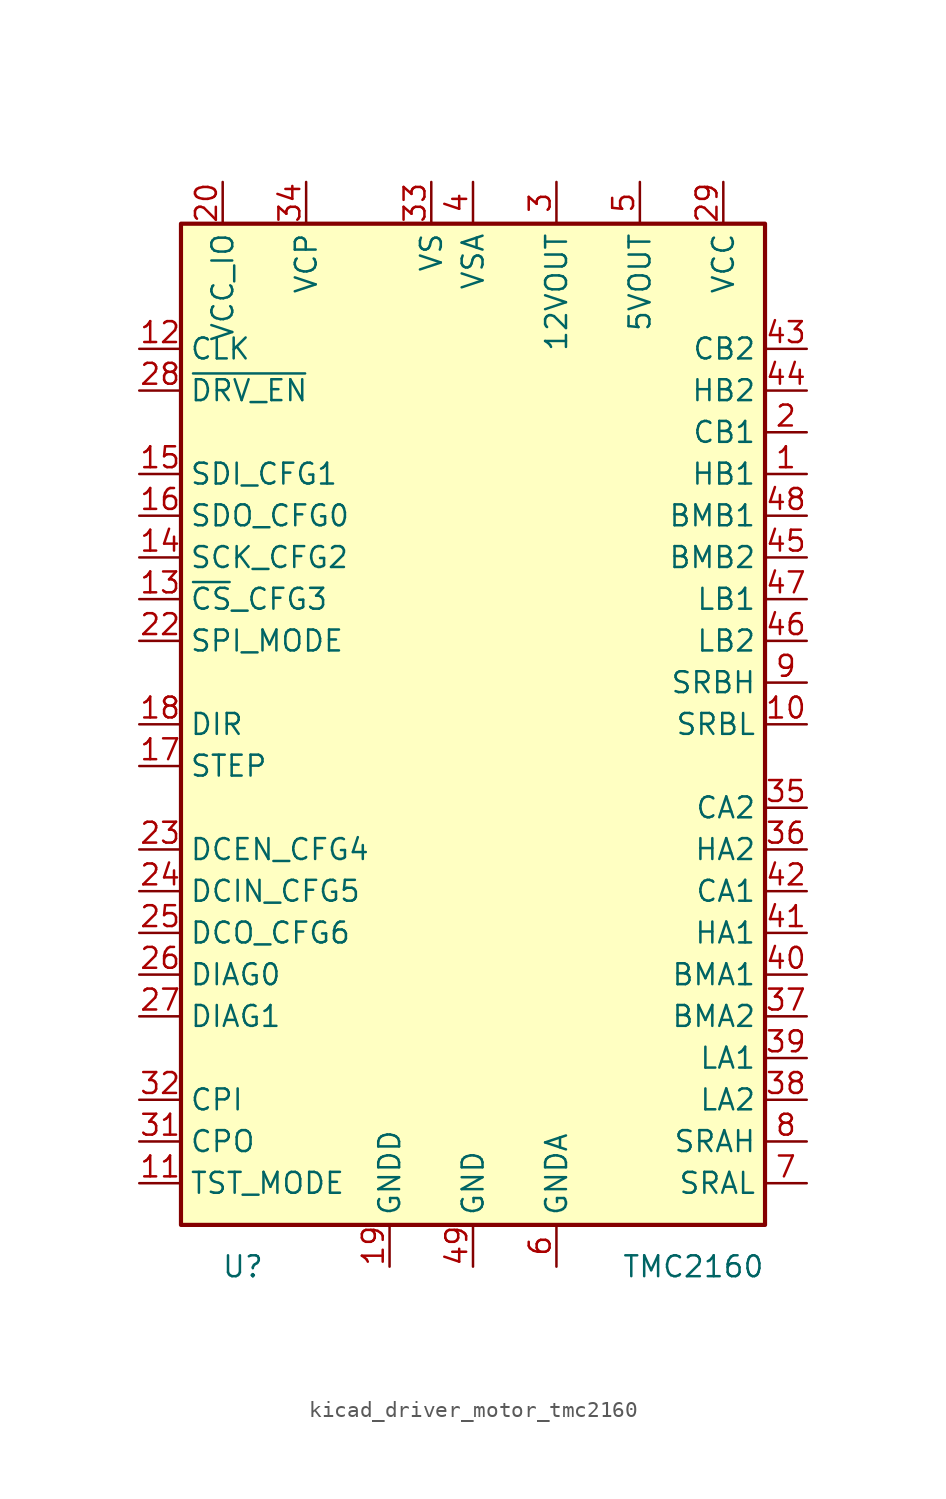
<source format=kicad_sym>
(kicad_symbol_lib
  (version 20220914)
  (generator kicad_symbol_editor)
  (symbol "kicad_driver_motor_tmc2160"
    (property "Reference" "U"
      (at -12.7 -33.02 0)
      (effects (font (size 1.27 1.27)) (justify right)))
    (property "Value" "TMC2160"
      (at 17.78 -33.02 0)
      (effects (font (size 1.27 1.27)) (justify right)))
    (symbol "kicad_driver_motor_tmc2160_1_1"
      (rectangle (start -17.78 30.48) (end 17.78 -30.48) (stroke (width 0.254) (type default)) (fill (type background)))
      (pin output line (at 20.32 15.24 180) (length 2.54) (name "HB1" (effects (font (size 1.27 1.27)))) (number "1" (effects (font (size 1.27 1.27)))))
      (pin input line (at 20.32 0 180) (length 2.54) (name "SRBL" (effects (font (size 1.27 1.27)))) (number "10" (effects (font (size 1.27 1.27)))))
      (pin input line (at -20.32 -27.94 0) (length 2.54) (name "TST_MODE" (effects (font (size 1.27 1.27)))) (number "11" (effects (font (size 1.27 1.27)))))
      (pin input line (at -20.32 22.86 0) (length 2.54) (name "CLK" (effects (font (size 1.27 1.27)))) (number "12" (effects (font (size 1.27 1.27)))))
      (pin input line (at -20.32 7.62 0) (length 2.54) (name "~{CS}_CFG3" (effects (font (size 1.27 1.27)))) (number "13" (effects (font (size 1.27 1.27)))))
      (pin input line (at -20.32 10.16 0) (length 2.54) (name "SCK_CFG2" (effects (font (size 1.27 1.27)))) (number "14" (effects (font (size 1.27 1.27)))))
      (pin input line (at -20.32 15.24 0) (length 2.54) (name "SDI_CFG1" (effects (font (size 1.27 1.27)))) (number "15" (effects (font (size 1.27 1.27)))))
      (pin passive line (at -20.32 12.7 0) (length 2.54) (name "SDO_CFG0" (effects (font (size 1.27 1.27)))) (number "16" (effects (font (size 1.27 1.27)))))
      (pin input line (at -20.32 -2.54 0) (length 2.54) (name "STEP" (effects (font (size 1.27 1.27)))) (number "17" (effects (font (size 1.27 1.27)))))
      (pin input line (at -20.32 0 0) (length 2.54) (name "DIR" (effects (font (size 1.27 1.27)))) (number "18" (effects (font (size 1.27 1.27)))))
      (pin power_in line (at -5.08 -33.02 90) (length 2.54) (name "GNDD" (effects (font (size 1.27 1.27)))) (number "19" (effects (font (size 1.27 1.27)))))
      (pin output line (at 20.32 17.78 180) (length 2.54) (name "CB1" (effects (font (size 1.27 1.27)))) (number "2" (effects (font (size 1.27 1.27)))))
      (pin power_in line (at -15.24 33.02 270) (length 2.54) (name "VCC_IO" (effects (font (size 1.27 1.27)))) (number "20" (effects (font (size 1.27 1.27)))))
      (pin passive line (at -15.24 33.02 270) (length 2.54) hide (name "VCC_IO" (effects (font (size 1.27 1.27)))) (number "21" (effects (font (size 1.27 1.27)))))
      (pin input line (at -20.32 5.08 0) (length 2.54) (name "SPI_MODE" (effects (font (size 1.27 1.27)))) (number "22" (effects (font (size 1.27 1.27)))))
      (pin input line (at -20.32 -7.62 0) (length 2.54) (name "DCEN_CFG4" (effects (font (size 1.27 1.27)))) (number "23" (effects (font (size 1.27 1.27)))))
      (pin input line (at -20.32 -10.16 0) (length 2.54) (name "DCIN_CFG5" (effects (font (size 1.27 1.27)))) (number "24" (effects (font (size 1.27 1.27)))))
      (pin output line (at -20.32 -12.7 0) (length 2.54) (name "DCO_CFG6" (effects (font (size 1.27 1.27)))) (number "25" (effects (font (size 1.27 1.27)))))
      (pin output line (at -20.32 -15.24 0) (length 2.54) (name "DIAG0" (effects (font (size 1.27 1.27)))) (number "26" (effects (font (size 1.27 1.27)))))
      (pin output line (at -20.32 -17.78 0) (length 2.54) (name "DIAG1" (effects (font (size 1.27 1.27)))) (number "27" (effects (font (size 1.27 1.27)))))
      (pin input line (at -20.32 20.32 0) (length 2.54) (name "~{DRV_EN}" (effects (font (size 1.27 1.27)))) (number "28" (effects (font (size 1.27 1.27)))))
      (pin power_in line (at 15.24 33.02 270) (length 2.54) (name "VCC" (effects (font (size 1.27 1.27)))) (number "29" (effects (font (size 1.27 1.27)))))
      (pin power_in line (at 5.08 33.02 270) (length 2.54) (name "12VOUT" (effects (font (size 1.27 1.27)))) (number "3" (effects (font (size 1.27 1.27)))))
      (pin passive line (at -5.08 -33.02 90) (length 2.54) hide (name "GNDD" (effects (font (size 1.27 1.27)))) (number "30" (effects (font (size 1.27 1.27)))))
      (pin passive line (at -20.32 -25.4 0) (length 2.54) (name "CPO" (effects (font (size 1.27 1.27)))) (number "31" (effects (font (size 1.27 1.27)))))
      (pin passive line (at -20.32 -22.86 0) (length 2.54) (name "CPI" (effects (font (size 1.27 1.27)))) (number "32" (effects (font (size 1.27 1.27)))))
      (pin power_in line (at -2.54 33.02 270) (length 2.54) (name "VS" (effects (font (size 1.27 1.27)))) (number "33" (effects (font (size 1.27 1.27)))))
      (pin passive line (at -10.16 33.02 270) (length 2.54) (name "VCP" (effects (font (size 1.27 1.27)))) (number "34" (effects (font (size 1.27 1.27)))))
      (pin passive line (at 20.32 -5.08 180) (length 2.54) (name "CA2" (effects (font (size 1.27 1.27)))) (number "35" (effects (font (size 1.27 1.27)))))
      (pin output line (at 20.32 -7.62 180) (length 2.54) (name "HA2" (effects (font (size 1.27 1.27)))) (number "36" (effects (font (size 1.27 1.27)))))
      (pin passive line (at 20.32 -17.78 180) (length 2.54) (name "BMA2" (effects (font (size 1.27 1.27)))) (number "37" (effects (font (size 1.27 1.27)))))
      (pin output line (at 20.32 -22.86 180) (length 2.54) (name "LA2" (effects (font (size 1.27 1.27)))) (number "38" (effects (font (size 1.27 1.27)))))
      (pin output line (at 20.32 -20.32 180) (length 2.54) (name "LA1" (effects (font (size 1.27 1.27)))) (number "39" (effects (font (size 1.27 1.27)))))
      (pin power_in line (at 0 33.02 270) (length 2.54) (name "VSA" (effects (font (size 1.27 1.27)))) (number "4" (effects (font (size 1.27 1.27)))))
      (pin passive line (at 20.32 -15.24 180) (length 2.54) (name "BMA1" (effects (font (size 1.27 1.27)))) (number "40" (effects (font (size 1.27 1.27)))))
      (pin output line (at 20.32 -12.7 180) (length 2.54) (name "HA1" (effects (font (size 1.27 1.27)))) (number "41" (effects (font (size 1.27 1.27)))))
      (pin output line (at 20.32 -10.16 180) (length 2.54) (name "CA1" (effects (font (size 1.27 1.27)))) (number "42" (effects (font (size 1.27 1.27)))))
      (pin passive line (at 20.32 22.86 180) (length 2.54) (name "CB2" (effects (font (size 1.27 1.27)))) (number "43" (effects (font (size 1.27 1.27)))))
      (pin output line (at 20.32 20.32 180) (length 2.54) (name "HB2" (effects (font (size 1.27 1.27)))) (number "44" (effects (font (size 1.27 1.27)))))
      (pin passive line (at 20.32 10.16 180) (length 2.54) (name "BMB2" (effects (font (size 1.27 1.27)))) (number "45" (effects (font (size 1.27 1.27)))))
      (pin output line (at 20.32 5.08 180) (length 2.54) (name "LB2" (effects (font (size 1.27 1.27)))) (number "46" (effects (font (size 1.27 1.27)))))
      (pin output line (at 20.32 7.62 180) (length 2.54) (name "LB1" (effects (font (size 1.27 1.27)))) (number "47" (effects (font (size 1.27 1.27)))))
      (pin passive line (at 20.32 12.7 180) (length 2.54) (name "BMB1" (effects (font (size 1.27 1.27)))) (number "48" (effects (font (size 1.27 1.27)))))
      (pin power_in line (at 0 -33.02 90) (length 2.54) (name "GND" (effects (font (size 1.27 1.27)))) (number "49" (effects (font (size 1.27 1.27)))))
      (pin power_out line (at 10.16 33.02 270) (length 2.54) (name "5VOUT" (effects (font (size 1.27 1.27)))) (number "5" (effects (font (size 1.27 1.27)))))
      (pin power_in line (at 5.08 -33.02 90) (length 2.54) (name "GNDA" (effects (font (size 1.27 1.27)))) (number "6" (effects (font (size 1.27 1.27)))))
      (pin input line (at 20.32 -27.94 180) (length 2.54) (name "SRAL" (effects (font (size 1.27 1.27)))) (number "7" (effects (font (size 1.27 1.27)))))
      (pin input line (at 20.32 -25.4 180) (length 2.54) (name "SRAH" (effects (font (size 1.27 1.27)))) (number "8" (effects (font (size 1.27 1.27)))))
      (pin input line (at 20.32 2.54 180) (length 2.54) (name "SRBH" (effects (font (size 1.27 1.27)))) (number "9" (effects (font (size 1.27 1.27))))))))
</source>
